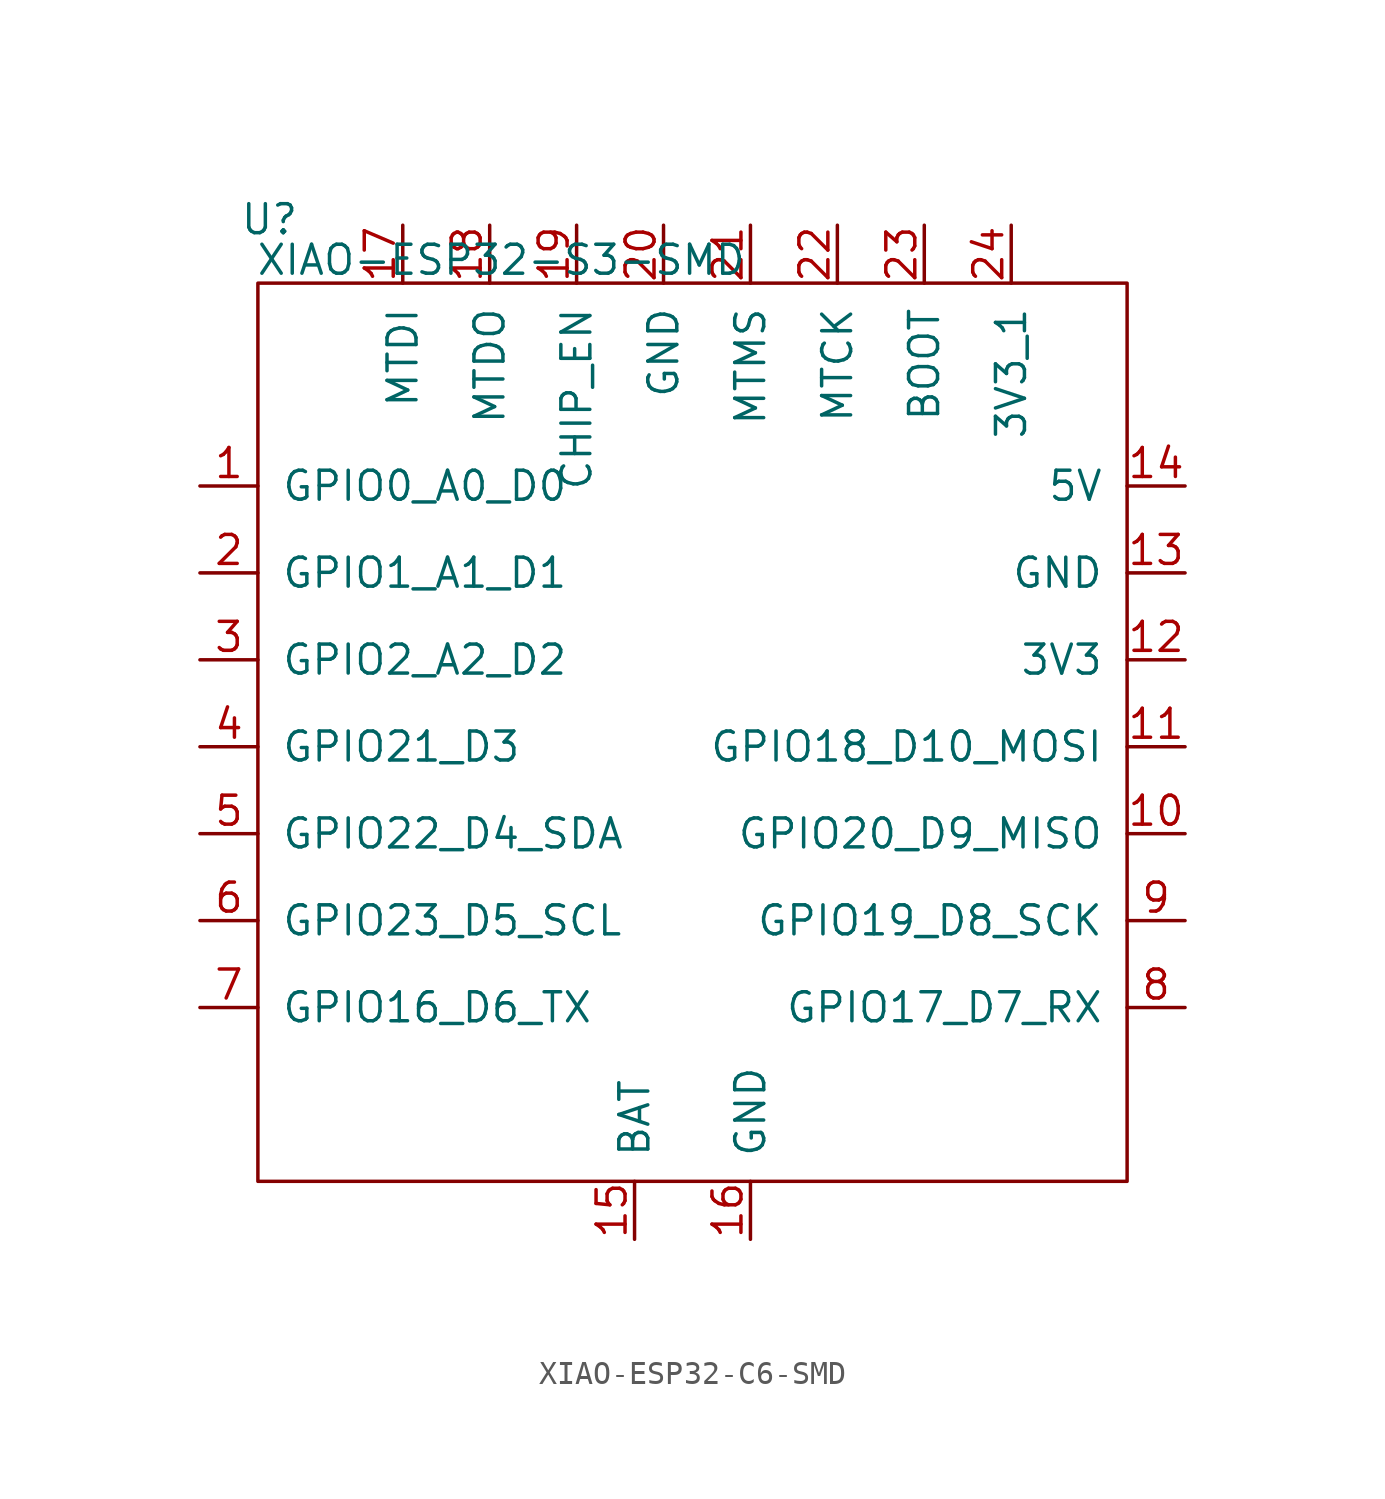
<source format=kicad_sym>
(kicad_symbol_lib
  (version 20241209)
  (generator "kicad_symbol_editor")
  (generator_version "9.0")
  (symbol "XIAO-ESP32-C6-SMD"
    (pin_names
      (offset 1.016))
    (property "Reference" "U"
      (at -18.542 23.114 0)
      (effects (font (size 1.27 1.27))))
    (property "Value" "XIAO-ESP32-S3-SMD"
      (at -8.382 21.336 0)
      (effects (font (size 1.27 1.27))))
    (symbol "XIAO-ESP32-C6-SMD_0_1"
      (rectangle (start 19.05 -19.05) (end -19.05 20.32) (stroke (width 0) (type default)) (fill (type none))))
    (symbol "XIAO-ESP32-C6-SMD_1_1"
      (pin passive line (at -21.59 11.43 0) (length 2.54) (name "GPIO0_A0_D0" (effects (font (size 1.27 1.27)))) (number "1" (effects (font (size 1.27 1.27)))))
      (pin passive line (at -21.59 7.62 0) (length 2.54) (name "GPIO1_A1_D1" (effects (font (size 1.27 1.27)))) (number "2" (effects (font (size 1.27 1.27)))))
      (pin passive line (at -21.59 3.81 0) (length 2.54) (name "GPIO2_A2_D2" (effects (font (size 1.27 1.27)))) (number "3" (effects (font (size 1.27 1.27)))))
      (pin passive line (at -21.59 0 0) (length 2.54) (name "GPIO21_D3" (effects (font (size 1.27 1.27)))) (number "4" (effects (font (size 1.27 1.27)))))
      (pin passive line (at -21.59 -3.81 0) (length 2.54) (name "GPIO22_D4_SDA" (effects (font (size 1.27 1.27)))) (number "5" (effects (font (size 1.27 1.27)))))
      (pin passive line (at -21.59 -7.62 0) (length 2.54) (name "GPIO23_D5_SCL" (effects (font (size 1.27 1.27)))) (number "6" (effects (font (size 1.27 1.27)))))
      (pin passive line (at -21.59 -11.43 0) (length 2.54) (name "GPIO16_D6_TX" (effects (font (size 1.27 1.27)))) (number "7" (effects (font (size 1.27 1.27)))))
      (pin passive line (at -12.7 22.86 270) (length 2.54) (name "MTDI" (effects (font (size 1.27 1.27)))) (number "17" (effects (font (size 1.27 1.27)))))
      (pin passive line (at -8.89 22.86 270) (length 2.54) (name "MTDO" (effects (font (size 1.27 1.27)))) (number "18" (effects (font (size 1.27 1.27)))))
      (pin passive line (at -5.08 22.86 270) (length 2.54) (name "CHIP_EN" (effects (font (size 1.27 1.27)))) (number "19" (effects (font (size 1.27 1.27)))))
      (pin passive line (at -2.54 -21.59 90) (length 2.54) (name "BAT" (effects (font (size 1.27 1.27)))) (number "15" (effects (font (size 1.27 1.27)))))
      (pin passive line (at -1.27 22.86 270) (length 2.54) (name "GND" (effects (font (size 1.27 1.27)))) (number "20" (effects (font (size 1.27 1.27)))))
      (pin passive line (at 2.54 22.86 270) (length 2.54) (name "MTMS" (effects (font (size 1.27 1.27)))) (number "21" (effects (font (size 1.27 1.27)))))
      (pin passive line (at 2.54 -21.59 90) (length 2.54) (name "GND" (effects (font (size 1.27 1.27)))) (number "16" (effects (font (size 1.27 1.27)))))
      (pin passive line (at 6.35 22.86 270) (length 2.54) (name "MTCK" (effects (font (size 1.27 1.27)))) (number "22" (effects (font (size 1.27 1.27)))))
      (pin passive line (at 10.16 22.86 270) (length 2.54) (name "BOOT" (effects (font (size 1.27 1.27)))) (number "23" (effects (font (size 1.27 1.27)))))
      (pin passive line (at 13.97 22.86 270) (length 2.54) (name "3V3_1" (effects (font (size 1.27 1.27)))) (number "24" (effects (font (size 1.27 1.27)))))
      (pin passive line (at 21.59 11.43 180) (length 2.54) (name "5V" (effects (font (size 1.27 1.27)))) (number "14" (effects (font (size 1.27 1.27)))))
      (pin passive line (at 21.59 7.62 180) (length 2.54) (name "GND" (effects (font (size 1.27 1.27)))) (number "13" (effects (font (size 1.27 1.27)))))
      (pin passive line (at 21.59 3.81 180) (length 2.54) (name "3V3" (effects (font (size 1.27 1.27)))) (number "12" (effects (font (size 1.27 1.27)))))
      (pin passive line (at 21.59 0 180) (length 2.54) (name "GPIO18_D10_MOSI" (effects (font (size 1.27 1.27)))) (number "11" (effects (font (size 1.27 1.27)))))
      (pin passive line (at 21.59 -3.81 180) (length 2.54) (name "GPIO20_D9_MISO" (effects (font (size 1.27 1.27)))) (number "10" (effects (font (size 1.27 1.27)))))
      (pin passive line (at 21.59 -7.62 180) (length 2.54) (name "GPIO19_D8_SCK" (effects (font (size 1.27 1.27)))) (number "9" (effects (font (size 1.27 1.27)))))
      (pin passive line (at 21.59 -11.43 180) (length 2.54) (name "GPIO17_D7_RX" (effects (font (size 1.27 1.27)))) (number "8" (effects (font (size 1.27 1.27))))))))
</source>
